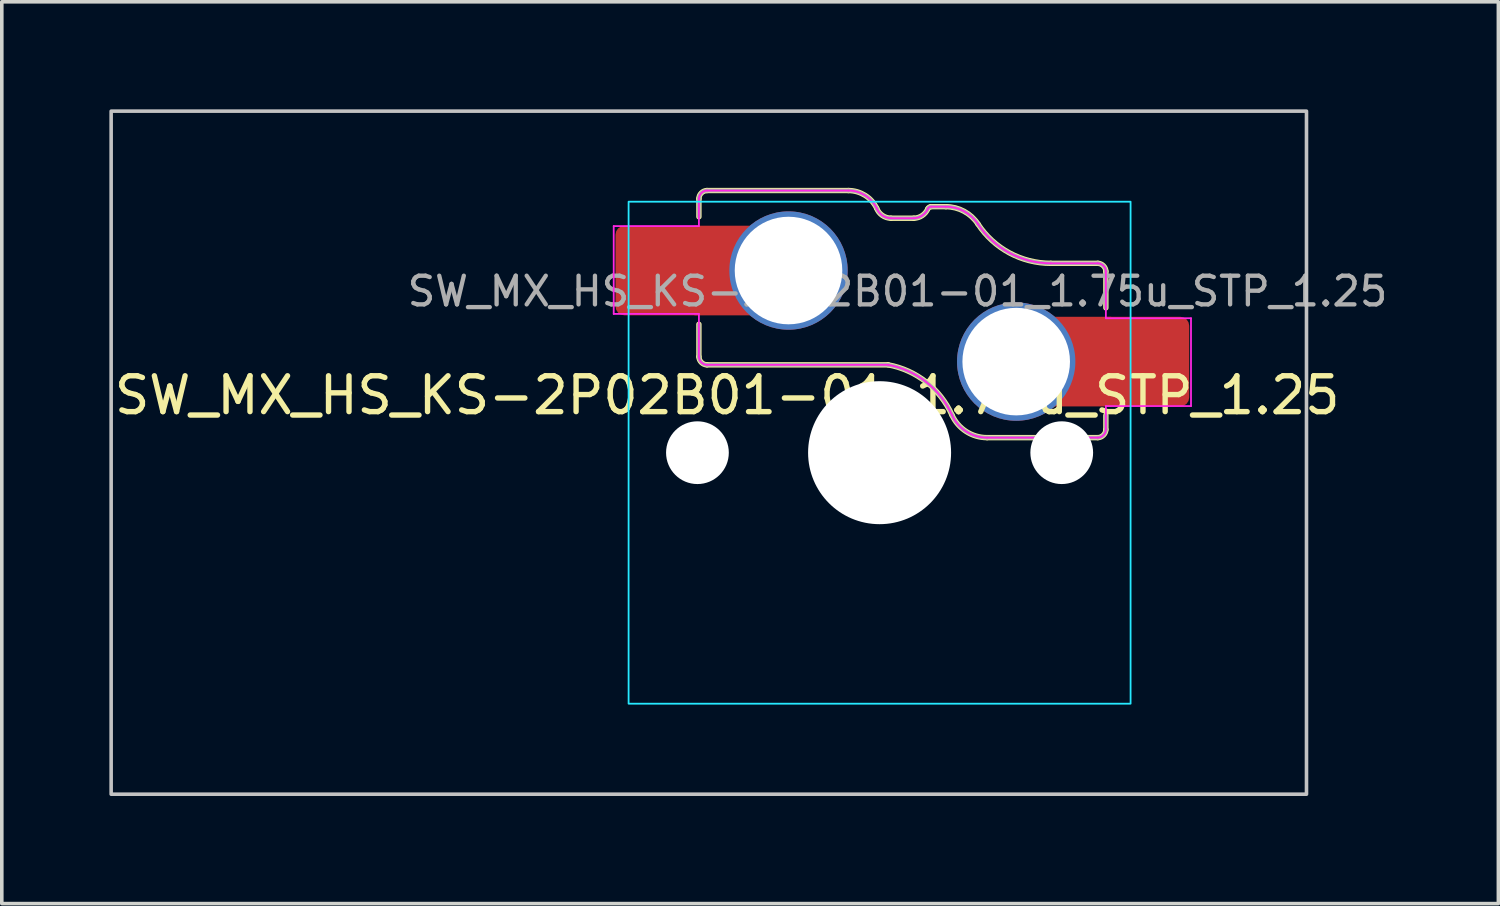
<source format=kicad_pcb>
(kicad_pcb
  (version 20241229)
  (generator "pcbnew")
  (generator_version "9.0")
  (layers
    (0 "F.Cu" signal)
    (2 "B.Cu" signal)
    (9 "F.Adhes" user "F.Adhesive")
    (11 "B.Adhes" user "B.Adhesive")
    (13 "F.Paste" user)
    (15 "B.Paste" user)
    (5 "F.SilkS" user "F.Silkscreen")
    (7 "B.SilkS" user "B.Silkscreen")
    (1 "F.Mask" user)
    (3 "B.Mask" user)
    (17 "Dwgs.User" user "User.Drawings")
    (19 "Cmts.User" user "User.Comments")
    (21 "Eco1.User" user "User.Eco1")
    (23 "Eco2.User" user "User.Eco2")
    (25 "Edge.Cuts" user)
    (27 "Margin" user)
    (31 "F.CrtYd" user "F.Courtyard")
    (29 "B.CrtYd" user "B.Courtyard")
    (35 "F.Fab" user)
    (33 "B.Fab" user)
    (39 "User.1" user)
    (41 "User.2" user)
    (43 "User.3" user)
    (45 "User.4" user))
  (footprint "SW_MX_HS_KS-2P02B01-01_1.75u_STP_1.25"
    (layer "F.Cu")
    (at 21.481 9.575)
    (property "Reference" "SW_MX_HS_KS-2P02B01-01_1.75u_STP_1.25" (at -4.25 -1.6 0) (layer "F.SilkS") (effects (font (size 1 1) (thickness 0.15))))
    (attr smd)
    (fp_line (start -5.039 -7.086) (end -5.039 -6.58) (stroke (width 0.15) (type solid)) (layer "F.SilkS"))
    (fp_line (start -5.039 -2.675) (end -5.039 -3.58) (stroke (width 0.15) (type solid)) (layer "F.SilkS"))
    (fp_line (start -4.814 -2.45) (end 0.239 -2.45) (stroke (width 0.15) (type solid)) (layer "F.SilkS"))
    (fp_line (start -0.871 -7.311) (end -4.814 -7.311) (stroke (width 0.15) (type solid)) (layer "F.SilkS"))
    (fp_line (start 0.954 -6.539) (end 0.316 -6.539) (stroke (width 0.15) (type solid)) (layer "F.SilkS"))
    (fp_line (start 1.437 -6.861) (end 1.846 -6.861) (stroke (width 0.15) (type solid)) (layer "F.SilkS"))
    (fp_line (start 2.997 -0.42) (end 6.086 -0.42) (stroke (width 0.15) (type solid)) (layer "F.SilkS"))
    (fp_line (start 6.086 -5.281) (end 4.775 -5.281) (stroke (width 0.15) (type solid)) (layer "F.SilkS"))
    (fp_line (start 6.311 -5.056) (end 6.311 -4.04) (stroke (width 0.15) (type solid)) (layer "F.SilkS"))
    (fp_line (start 6.311 -0.645) (end 6.311 -1.04) (stroke (width 0.15) (type solid)) (layer "F.SilkS"))
    (fp_arc (start -0.870659 -7.311006) (mid -0.404802 -7.177082) (end -0.081188 -6.816204) (stroke (width 0.15) (type solid)) (layer "F.SilkS"))
    (fp_arc (start 0.239066 -2.449741) (mid 1.301345 -1.970299) (end 2.018091 -1.051291) (stroke (width 0.15) (type solid)) (layer "F.SilkS"))
    (fp_arc (start 0.316284 -6.539103) (mid 0.075462 -6.617285) (end -0.081188 -6.816204) (stroke (width 0.15) (type solid)) (layer "F.SilkS"))
    (fp_arc (start 1.344869 -6.800882) (mid 1.1877 -6.612605) (end 0.953718 -6.539103) (stroke (width 0.15) (type solid)) (layer "F.SilkS"))
    (fp_arc (start 1.344869 -6.800882) (mid 1.381745 -6.844643) (end 1.436576 -6.861005) (stroke (width 0.15) (type solid)) (layer "F.SilkS"))
    (fp_arc (start 1.845965 -6.860996) (mid 2.356288 -6.732106) (end 2.744226 -6.376372) (stroke (width 0.15) (type solid)) (layer "F.SilkS"))
    (fp_arc (start 2.997274 -0.419747) (mid 2.414853 -0.591219) (end 2.018265 -1.05093) (stroke (width 0.15) (type solid)) (layer "F.SilkS"))
    (fp_arc (start 4.774564 -5.281006) (mid 3.62108 -5.572312) (end 2.744226 -6.376372) (stroke (width 0.15) (type solid)) (layer "F.SilkS"))
    (fp_curve (pts (xy -5.039 -2.675) (xy -5.039 -2.557) (xy -4.932 -2.45) (xy -4.814 -2.45)) (stroke (width 0.15) (type solid)) (layer "F.SilkS"))
    (fp_curve (pts (xy -4.814 -7.311) (xy -4.932 -7.311) (xy -5.039 -7.204) (xy -5.039 -7.086)) (stroke (width 0.15) (type solid)) (layer "F.SilkS"))
    (fp_curve (pts (xy 6.086 -0.42) (xy 6.203 -0.42) (xy 6.311 -0.527) (xy 6.311 -0.645)) (stroke (width 0.15) (type solid)) (layer "F.SilkS"))
    (fp_curve (pts (xy 6.311 -5.056) (xy 6.311 -5.174) (xy 6.203 -5.281) (xy 6.086 -5.281)) (stroke (width 0.15) (type solid)) (layer "F.SilkS"))
    (fp_rect (start -21.431 -9.525) (end 11.906 9.525) (stroke (width 0.1) (type default)) (fill no) (layer "Dwgs.User"))
    (fp_line (start -7 -6.5) (end -7 6.5) (stroke (width 0.05) (type solid)) (layer "Eco2.User"))
    (fp_line (start -6.5 7) (end 6.5 7) (stroke (width 0.05) (type solid)) (layer "Eco2.User"))
    (fp_line (start 6.5 -7) (end -6.5 -7) (stroke (width 0.05) (type solid)) (layer "Eco2.User"))
    (fp_line (start 7 6.5) (end 7 -6.5) (stroke (width 0.05) (type solid)) (layer "Eco2.User"))
    (fp_arc (start -7 -6.5) (mid -6.853553 -6.853553) (end -6.5 -7) (stroke (width 0.05) (type solid)) (layer "Eco2.User"))
    (fp_arc (start -6.497236 6.998884) (mid -6.850789 6.852437) (end -6.997236 6.498884) (stroke (width 0.05) (type solid)) (layer "Eco2.User"))
    (fp_arc (start 6.5 -7) (mid 6.853553 -6.853553) (end 7 -6.5) (stroke (width 0.05) (type solid)) (layer "Eco2.User"))
    (fp_arc (start 7 6.5) (mid 6.853553 6.853553) (end 6.5 7) (stroke (width 0.05) (type solid)) (layer "Eco2.User"))
    (fp_rect (start -7 -7) (end 7 7) (stroke (width 0.05) (type default)) (fill no) (layer "B.CrtYd"))
    (fp_line (start -7.415 -6.32) (end -5.039 -6.32) (stroke (width 0.05) (type solid)) (layer "F.CrtYd"))
    (fp_line (start -7.415 -3.87) (end -7.415 -6.32) (stroke (width 0.05) (type solid)) (layer "F.CrtYd"))
    (fp_line (start -5.039 -7.086) (end -5.039 -6.32) (stroke (width 0.05) (type solid)) (layer "F.CrtYd"))
    (fp_line (start -5.039 -3.87) (end -7.415 -3.87) (stroke (width 0.05) (type solid)) (layer "F.CrtYd"))
    (fp_line (start -5.039 -2.675) (end -5.039 -3.87) (stroke (width 0.05) (type solid)) (layer "F.CrtYd"))
    (fp_line (start -4.814 -2.45) (end 0.239 -2.45) (stroke (width 0.05) (type solid)) (layer "F.CrtYd"))
    (fp_line (start -0.871 -7.311) (end -4.814 -7.311) (stroke (width 0.05) (type solid)) (layer "F.CrtYd"))
    (fp_line (start 0.954 -6.539) (end 0.316 -6.539) (stroke (width 0.05) (type solid)) (layer "F.CrtYd"))
    (fp_line (start 1.437 -6.861) (end 1.846 -6.861) (stroke (width 0.05) (type solid)) (layer "F.CrtYd"))
    (fp_line (start 2.997 -0.42) (end 6.086 -0.42) (stroke (width 0.05) (type solid)) (layer "F.CrtYd"))
    (fp_line (start 6.086 -5.281) (end 4.775 -5.281) (stroke (width 0.05) (type solid)) (layer "F.CrtYd"))
    (fp_line (start 6.311 -5.056) (end 6.311 -3.75) (stroke (width 0.05) (type solid)) (layer "F.CrtYd"))
    (fp_line (start 6.311 -3.75) (end 8.685 -3.75) (stroke (width 0.05) (type solid)) (layer "F.CrtYd"))
    (fp_line (start 6.311 -0.645) (end 6.311 -1.3) (stroke (width 0.05) (type solid)) (layer "F.CrtYd"))
    (fp_line (start 8.685 -3.75) (end 8.685 -1.3) (stroke (width 0.05) (type solid)) (layer "F.CrtYd"))
    (fp_line (start 8.685 -1.3) (end 6.311 -1.3) (stroke (width 0.05) (type solid)) (layer "F.CrtYd"))
    (fp_arc (start -0.870659 -7.311006) (mid -0.404802 -7.177082) (end -0.081188 -6.816204) (stroke (width 0.05) (type solid)) (layer "F.CrtYd"))
    (fp_arc (start 0.239066 -2.449741) (mid 1.301345 -1.970299) (end 2.018091 -1.051291) (stroke (width 0.05) (type solid)) (layer "F.CrtYd"))
    (fp_arc (start 0.316284 -6.539103) (mid 0.075462 -6.617285) (end -0.081188 -6.816204) (stroke (width 0.05) (type solid)) (layer "F.CrtYd"))
    (fp_arc (start 1.344869 -6.800882) (mid 1.1877 -6.612605) (end 0.953718 -6.539103) (stroke (width 0.05) (type solid)) (layer "F.CrtYd"))
    (fp_arc (start 1.344869 -6.800882) (mid 1.381745 -6.844643) (end 1.436576 -6.861005) (stroke (width 0.05) (type solid)) (layer "F.CrtYd"))
    (fp_arc (start 1.845965 -6.860996) (mid 2.356288 -6.732106) (end 2.744226 -6.376372) (stroke (width 0.05) (type solid)) (layer "F.CrtYd"))
    (fp_arc (start 2.997274 -0.419747) (mid 2.414853 -0.591219) (end 2.018265 -1.05093) (stroke (width 0.05) (type solid)) (layer "F.CrtYd"))
    (fp_arc (start 4.774564 -5.281006) (mid 3.62108 -5.572312) (end 2.744226 -6.376372) (stroke (width 0.05) (type solid)) (layer "F.CrtYd"))
    (fp_curve (pts (xy -5.039 -2.675) (xy -5.039 -2.557) (xy -4.932 -2.45) (xy -4.814 -2.45)) (stroke (width 0.05) (type solid)) (layer "F.CrtYd"))
    (fp_curve (pts (xy -4.814 -7.311) (xy -4.932 -7.311) (xy -5.039 -7.204) (xy -5.039 -7.086)) (stroke (width 0.05) (type solid)) (layer "F.CrtYd"))
    (fp_curve (pts (xy 6.086 -0.42) (xy 6.203 -0.42) (xy 6.311 -0.527) (xy 6.311 -0.645)) (stroke (width 0.05) (type solid)) (layer "F.CrtYd"))
    (fp_curve (pts (xy 6.311 -5.056) (xy 6.311 -5.174) (xy 6.203 -5.281) (xy 6.086 -5.281)) (stroke (width 0.05) (type solid)) (layer "F.CrtYd"))
    (fp_line (start -5.039 -7.086) (end -5.039 -6.58) (stroke (width 0.1) (type solid)) (layer "F.Fab"))
    (fp_line (start -5.039 -2.675) (end -5.039 -3.58) (stroke (width 0.1) (type solid)) (layer "F.Fab"))
    (fp_line (start -4.814 -2.45) (end 0.239 -2.45) (stroke (width 0.1) (type solid)) (layer "F.Fab"))
    (fp_line (start -0.871 -7.311) (end -4.814 -7.311) (stroke (width 0.1) (type solid)) (layer "F.Fab"))
    (fp_line (start 0.954 -6.539) (end 0.316 -6.539) (stroke (width 0.1) (type solid)) (layer "F.Fab"))
    (fp_line (start 1.437 -6.861) (end 1.846 -6.861) (stroke (width 0.1) (type solid)) (layer "F.Fab"))
    (fp_line (start 2.997 -0.42) (end 6.086 -0.42) (stroke (width 0.1) (type solid)) (layer "F.Fab"))
    (fp_line (start 6.086 -5.281) (end 4.775 -5.281) (stroke (width 0.1) (type solid)) (layer "F.Fab"))
    (fp_line (start 6.311 -5.056) (end 6.311 -4.04) (stroke (width 0.1) (type solid)) (layer "F.Fab"))
    (fp_line (start 6.311 -0.645) (end 6.311 -1.04) (stroke (width 0.1) (type solid)) (layer "F.Fab"))
    (fp_arc (start -0.870659 -7.311006) (mid -0.404802 -7.177082) (end -0.081188 -6.816204) (stroke (width 0.1) (type solid)) (layer "F.Fab"))
    (fp_arc (start 0.239066 -2.449741) (mid 1.301345 -1.970299) (end 2.018091 -1.051291) (stroke (width 0.1) (type solid)) (layer "F.Fab"))
    (fp_arc (start 0.316284 -6.539103) (mid 0.075462 -6.617285) (end -0.081188 -6.816204) (stroke (width 0.1) (type solid)) (layer "F.Fab"))
    (fp_arc (start 1.344869 -6.800882) (mid 1.1877 -6.612605) (end 0.953718 -6.539103) (stroke (width 0.1) (type solid)) (layer "F.Fab"))
    (fp_arc (start 1.344869 -6.800882) (mid 1.381745 -6.844643) (end 1.436576 -6.861005) (stroke (width 0.1) (type solid)) (layer "F.Fab"))
    (fp_arc (start 1.845965 -6.860996) (mid 2.356288 -6.732106) (end 2.744226 -6.376372) (stroke (width 0.1) (type solid)) (layer "F.Fab"))
    (fp_arc (start 2.997274 -0.419747) (mid 2.414853 -0.591219) (end 2.018265 -1.05093) (stroke (width 0.1) (type solid)) (layer "F.Fab"))
    (fp_arc (start 4.774564 -5.281006) (mid 3.62108 -5.572312) (end 2.744226 -6.376372) (stroke (width 0.1) (type solid)) (layer "F.Fab"))
    (fp_curve (pts (xy -5.039 -2.675) (xy -5.039 -2.557) (xy -4.932 -2.45) (xy -4.814 -2.45)) (stroke (width 0.1) (type solid)) (layer "F.Fab"))
    (fp_curve (pts (xy -4.814 -7.311) (xy -4.932 -7.311) (xy -5.039 -7.204) (xy -5.039 -7.086)) (stroke (width 0.1) (type solid)) (layer "F.Fab"))
    (fp_curve (pts (xy 6.086 -0.42) (xy 6.203 -0.42) (xy 6.311 -0.527) (xy 6.311 -0.645)) (stroke (width 0.1) (type solid)) (layer "F.Fab"))
    (fp_curve (pts (xy 6.311 -5.056) (xy 6.311 -5.174) (xy 6.203 -5.281) (xy 6.086 -5.281)) (stroke (width 0.1) (type solid)) (layer "F.Fab"))
    (fp_text user "${REFERENCE}" (at 0.5 -4.5 0) (layer "F.Fab") (effects (font (size 0.8 0.8) (thickness 0.12))))
    (pad "" np_thru_hole circle (at -5.08 0) (size 1.75 1.75) (drill 1.75) (layers "*.Cu" "*.Mask"))
    (pad "" np_thru_hole circle (at 0 0) (size 3.988 3.988) (drill 3.988) (layers "*.Cu" "*.Mask"))
    (pad "" np_thru_hole circle (at 5.08 0) (size 1.75 1.75) (drill 1.75) (layers "*.Cu" "*.Mask"))
    (pad "1" thru_hole circle (at 3.81 -2.54) (size 3.3 3.3) (drill 3) (layers "*.Cu" "*.Mask"))
    (pad "1" smd rect (at 5.635 -2.54 180) (size 1.65 2.5) (layers "F.Cu"))
    (pad "1" smd roundrect (at 7.36 -2.54) (size 2.55 2.5) (layers "F.Cu" "F.Mask" "F.Paste") (roundrect_rratio 0.1))
    (pad "2" smd roundrect (at -6.09 -5.08) (size 2.55 2.5) (layers "F.Cu" "F.Mask" "F.Paste") (roundrect_rratio 0.1))
    (pad "2" smd rect (at -4.34 -5.08) (size 1.65 2.5) (layers "F.Cu"))
    (pad "2" thru_hole circle (at -2.54 -5.08) (size 3.3 3.3) (drill 3) (layers "*.Cu" "*.Mask")))
  (gr_rect
    (start -3 -3)
    (end 38.738 22.15)
    (stroke (width 0.1) (type default))
    (fill no)
    (layer "Edge.Cuts")))
</source>
